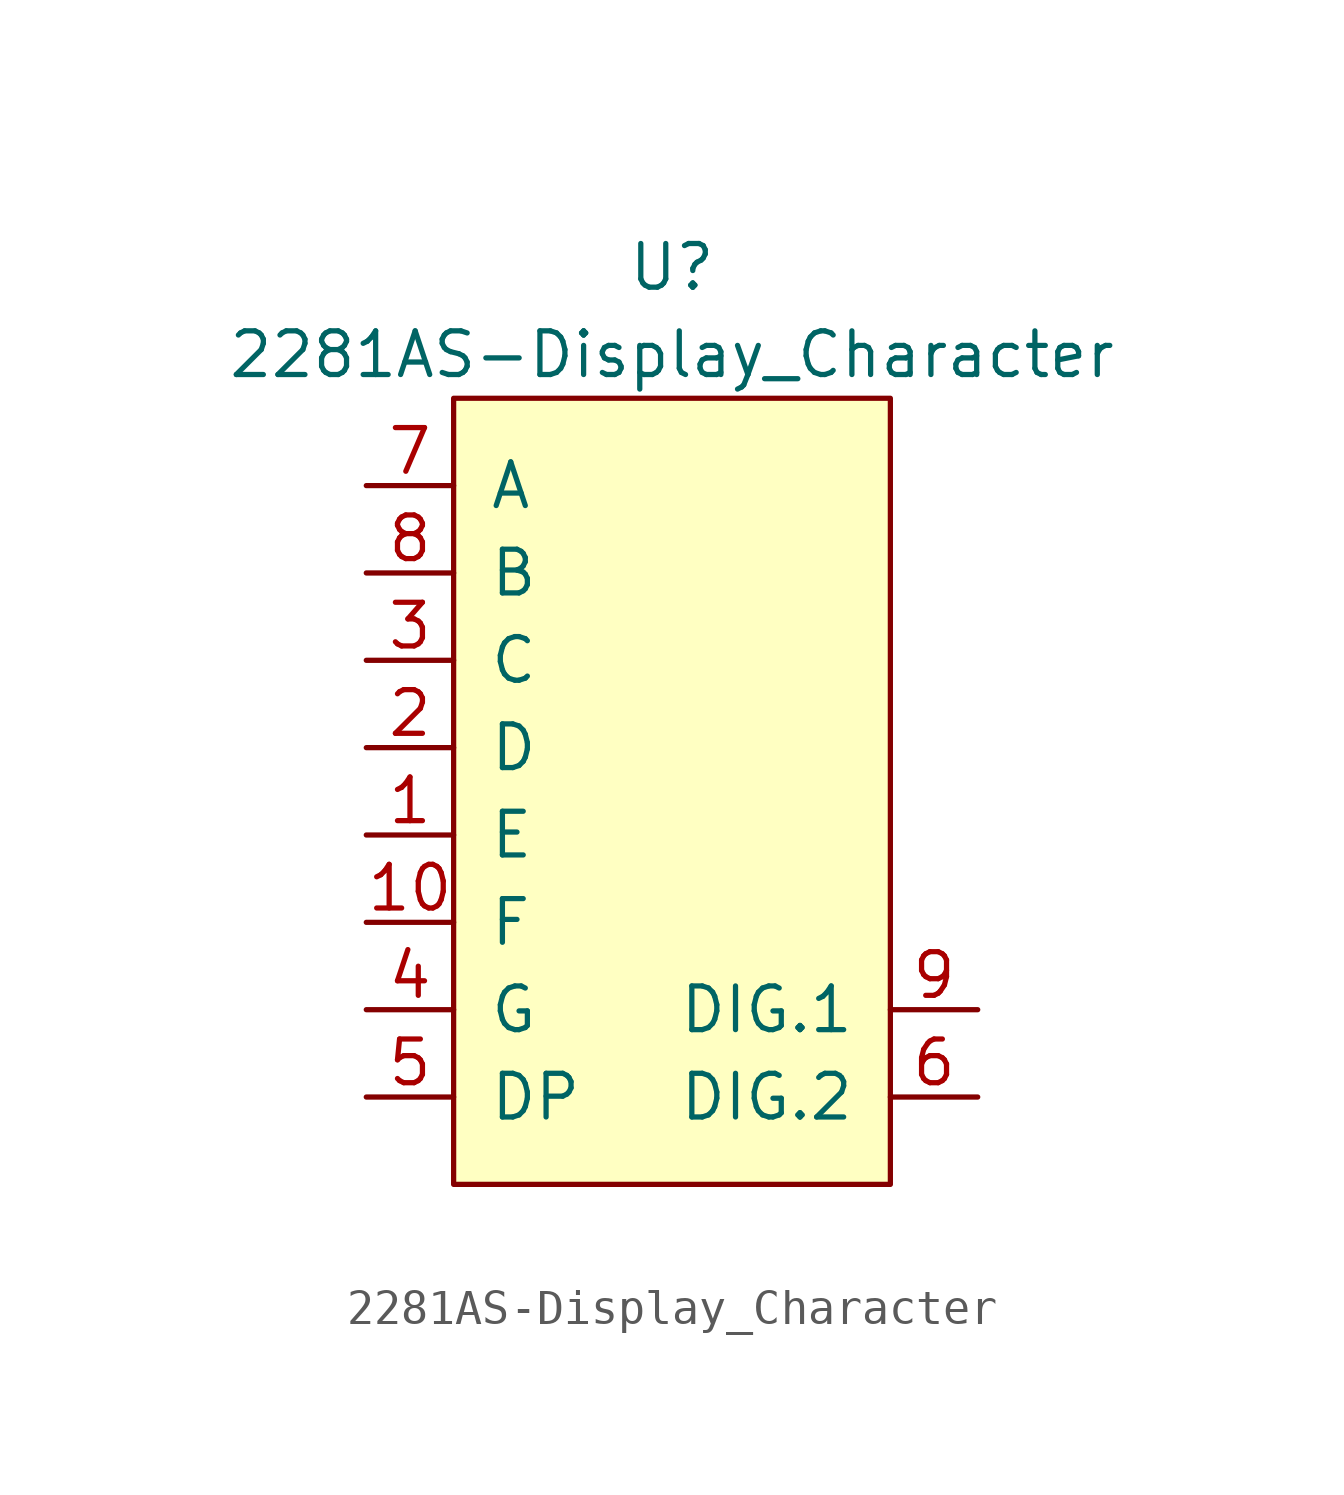
<source format=kicad_sym>
(kicad_symbol_lib
  (version 20231120)
  (generator "kicad_symbol_editor")
  (generator_version "8.0")
  (symbol "2281AS-Display_Character"
    (pin_names
      (offset 1.016))
    (property "Reference" "U"
      (at 0 1.27 0)
      (effects (font (size 1.27 1.27))))
    (property "Value" "2281AS-Display_Character"
      (at 0 -1.27 0)
      (effects (font (size 1.27 1.27))))
    (symbol "2281AS-Display_Character_0_1"
      (rectangle (start -6.35 -2.54) (end 6.35 -25.4) (stroke (width 0) (type solid)) (fill (type background))))
    (symbol "2281AS-Display_Character_1_1"
      (pin input line (at -8.89 -15.24 0) (length 2.54) (name "E" (effects (font (size 1.27 1.27)))) (number "1" (effects (font (size 1.27 1.27)))))
      (pin input line (at -8.89 -17.78 0) (length 2.54) (name "F" (effects (font (size 1.27 1.27)))) (number "10" (effects (font (size 1.27 1.27)))))
      (pin input line (at -8.89 -12.7 0) (length 2.54) (name "D" (effects (font (size 1.27 1.27)))) (number "2" (effects (font (size 1.27 1.27)))))
      (pin input line (at -8.89 -10.16 0) (length 2.54) (name "C" (effects (font (size 1.27 1.27)))) (number "3" (effects (font (size 1.27 1.27)))))
      (pin input line (at -8.89 -20.32 0) (length 2.54) (name "G" (effects (font (size 1.27 1.27)))) (number "4" (effects (font (size 1.27 1.27)))))
      (pin input line (at -8.89 -22.86 0) (length 2.54) (name "DP" (effects (font (size 1.27 1.27)))) (number "5" (effects (font (size 1.27 1.27)))))
      (pin input line (at 8.89 -22.86 180) (length 2.54) (name "DIG.2" (effects (font (size 1.27 1.27)))) (number "6" (effects (font (size 1.27 1.27)))))
      (pin input line (at -8.89 -5.08 0) (length 2.54) (name "A" (effects (font (size 1.27 1.27)))) (number "7" (effects (font (size 1.27 1.27)))))
      (pin input line (at -8.89 -7.62 0) (length 2.54) (name "B" (effects (font (size 1.27 1.27)))) (number "8" (effects (font (size 1.27 1.27)))))
      (pin input line (at 8.89 -20.32 180) (length 2.54) (name "DIG.1" (effects (font (size 1.27 1.27)))) (number "9" (effects (font (size 1.27 1.27))))))))
</source>
